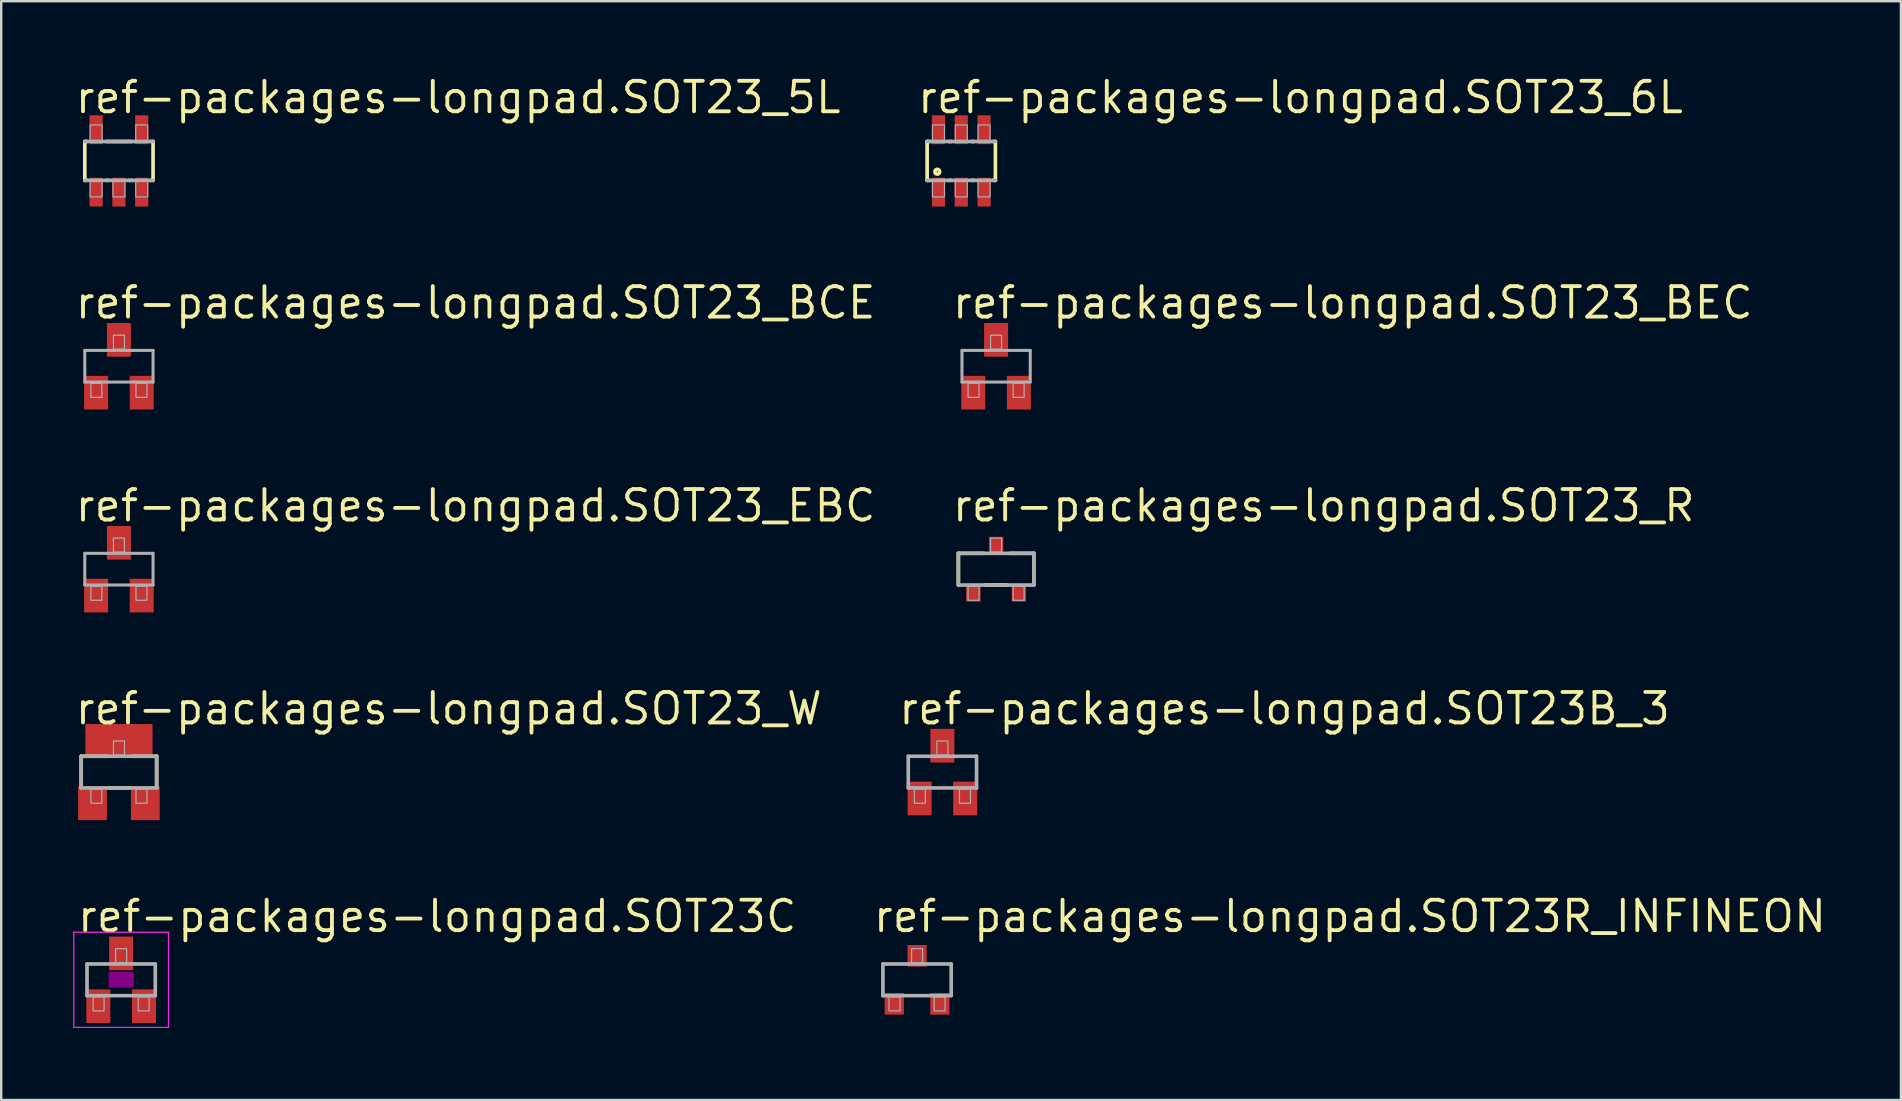
<source format=kicad_pcb>
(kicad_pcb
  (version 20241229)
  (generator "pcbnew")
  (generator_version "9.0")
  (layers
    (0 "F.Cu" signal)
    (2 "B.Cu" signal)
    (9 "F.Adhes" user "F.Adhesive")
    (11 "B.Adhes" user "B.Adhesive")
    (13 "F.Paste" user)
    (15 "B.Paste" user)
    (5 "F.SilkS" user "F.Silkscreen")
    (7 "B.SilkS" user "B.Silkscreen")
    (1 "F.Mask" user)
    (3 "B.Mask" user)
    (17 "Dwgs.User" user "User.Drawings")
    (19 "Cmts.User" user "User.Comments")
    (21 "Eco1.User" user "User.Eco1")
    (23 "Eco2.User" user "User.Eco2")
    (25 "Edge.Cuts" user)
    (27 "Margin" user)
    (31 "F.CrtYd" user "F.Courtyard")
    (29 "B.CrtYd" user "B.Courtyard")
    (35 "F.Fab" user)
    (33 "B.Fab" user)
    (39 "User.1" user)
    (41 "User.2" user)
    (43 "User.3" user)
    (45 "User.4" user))
  (footprint "ref-packages-longpad.SOT23_BCE"
    (layer "F.Cu")
    (at 1.905 12.21)
    (property "Reference" "ref-packages-longpad.SOT23_BCE" (at -1.905 -1.905 0) (layer "F.SilkS") (effects (font (size 1.27 1.27) (thickness 0.16)) (justify left bottom)))
    (attr smd)
    (fp_line (start -1.422 -0.66) (end 1.422 -0.66) (stroke (width 0.127) (type default)) (layer "F.Fab"))
    (fp_line (start -1.422 0.66) (end -1.422 -0.66) (stroke (width 0.127) (type default)) (layer "F.Fab"))
    (fp_line (start 1.422 -0.66) (end 1.422 0.66) (stroke (width 0.127) (type default)) (layer "F.Fab"))
    (fp_line (start 1.422 0.66) (end -1.422 0.66) (stroke (width 0.127) (type default)) (layer "F.Fab"))
    (fp_rect (start -1.168 1.295) (end -0.711 0.711) (stroke (width 0.05) (type default)) (fill no) (layer "F.Fab"))
    (fp_rect (start -0.229 -0.711) (end 0.229 -1.295) (stroke (width 0.05) (type default)) (fill no) (layer "F.Fab"))
    (fp_rect (start 0.711 1.295) (end 1.168 0.711) (stroke (width 0.05) (type default)) (fill no) (layer "F.Fab"))
    (pad "B" smd roundrect (at -0.95 1.1) (size 1 1.4) (layers "F.Cu" "F.Mask" "F.Paste") (roundrect_rratio 0.01))
    (pad "C" smd roundrect (at 0.95 1.1) (size 1 1.4) (layers "F.Cu" "F.Mask" "F.Paste") (roundrect_rratio 0.01))
    (pad "E" smd roundrect (at 0 -1.1) (size 1 1.4) (layers "F.Cu" "F.Mask" "F.Paste") (roundrect_rratio 0.01)))
  (footprint "ref-packages-longpad.SOT23_R"
    (layer "F.Cu")
    (at 38.453 20.665)
    (property "Reference" "ref-packages-longpad.SOT23_R" (at -1.905 -1.905 0) (layer "F.SilkS") (effects (font (size 1.27 1.27) (thickness 0.16)) (justify left bottom)))
    (attr smd)
    (fp_line (start -1.572 -0.66) (end -0.514 -0.66) (stroke (width 0.152) (type default)) (layer "F.SilkS"))
    (fp_line (start -1.572 0.652) (end -1.572 -0.66) (stroke (width 0.152) (type default)) (layer "F.SilkS"))
    (fp_line (start 0.422 0.66) (end -0.436 0.66) (stroke (width 0.152) (type default)) (layer "F.SilkS"))
    (fp_line (start 0.564 -0.66) (end 1.572 -0.66) (stroke (width 0.152) (type default)) (layer "F.SilkS"))
    (fp_line (start 1.572 -0.66) (end 1.572 0.652) (stroke (width 0.152) (type default)) (layer "F.SilkS"))
    (fp_line (start -1.572 -0.66) (end 1.572 -0.66) (stroke (width 0.152) (type default)) (layer "F.Fab"))
    (fp_line (start -1.572 0.66) (end -1.572 -0.66) (stroke (width 0.152) (type default)) (layer "F.Fab"))
    (fp_line (start 1.572 -0.66) (end 1.572 0.66) (stroke (width 0.152) (type default)) (layer "F.Fab"))
    (fp_line (start 1.572 0.66) (end -1.572 0.66) (stroke (width 0.152) (type default)) (layer "F.Fab"))
    (fp_rect (start -1.168 1.295) (end -0.711 0.711) (stroke (width 0.05) (type default)) (fill no) (layer "F.Fab"))
    (fp_rect (start -0.229 -0.711) (end 0.229 -1.295) (stroke (width 0.05) (type default)) (fill no) (layer "F.Fab"))
    (fp_rect (start 0.711 1.295) (end 1.168 0.711) (stroke (width 0.05) (type default)) (fill no) (layer "F.Fab"))
    (pad "1" smd roundrect (at -0.95 1) (size 0.6 0.7) (layers "F.Cu" "F.Mask" "F.Paste") (roundrect_rratio 0.01))
    (pad "2" smd roundrect (at 0.95 1) (size 0.6 0.7) (layers "F.Cu" "F.Mask" "F.Paste") (roundrect_rratio 0.01))
    (pad "3" smd roundrect (at 0 -1) (size 0.6 0.7) (layers "F.Cu" "F.Mask" "F.Paste") (roundrect_rratio 0.01)))
  (footprint "ref-packages-longpad.SOT23_6L"
    (layer "F.Cu")
    (at 37.002 3.655)
    (property "Reference" "ref-packages-longpad.SOT23_6L" (at -1.905 -1.905 0) (layer "F.SilkS") (effects (font (size 1.27 1.27) (thickness 0.16)) (justify left bottom)))
    (attr smd)
    (fp_line (start -1.422 -0.81) (end -1.328 -0.81) (stroke (width 0.152) (type default)) (layer "F.SilkS"))
    (fp_line (start -1.422 0.81) (end -1.422 -0.81) (stroke (width 0.152) (type default)) (layer "F.SilkS"))
    (fp_line (start -1.328 0.81) (end -1.422 0.81) (stroke (width 0.152) (type default)) (layer "F.SilkS"))
    (fp_line (start -0.522 -0.81) (end -0.428 -0.81) (stroke (width 0.152) (type default)) (layer "F.SilkS"))
    (fp_line (start -0.428 0.81) (end -0.522 0.81) (stroke (width 0.152) (type default)) (layer "F.SilkS"))
    (fp_line (start 0.428 -0.81) (end 0.522 -0.81) (stroke (width 0.152) (type default)) (layer "F.SilkS"))
    (fp_line (start 0.522 0.81) (end 0.428 0.81) (stroke (width 0.152) (type default)) (layer "F.SilkS"))
    (fp_line (start 1.328 -0.81) (end 1.422 -0.81) (stroke (width 0.152) (type default)) (layer "F.SilkS"))
    (fp_line (start 1.422 -0.81) (end 1.422 0.81) (stroke (width 0.152) (type default)) (layer "F.SilkS"))
    (fp_line (start 1.422 0.81) (end 1.328 0.81) (stroke (width 0.152) (type default)) (layer "F.SilkS"))
    (fp_circle (center -1 0.45) (end -0.9 0.45) (stroke (width 0.152) (type default)) (fill no) (layer "F.SilkS"))
    (fp_line (start -1.422 -0.81) (end 1.422 -0.81) (stroke (width 0.152) (type default)) (layer "F.Fab"))
    (fp_line (start 1.422 0.81) (end -1.422 0.81) (stroke (width 0.152) (type default)) (layer "F.Fab"))
    (fp_rect (start -1.2 -0.85) (end -0.7 -1.5) (stroke (width 0.05) (type default)) (fill no) (layer "F.Fab"))
    (fp_rect (start -1.2 1.5) (end -0.7 0.85) (stroke (width 0.05) (type default)) (fill no) (layer "F.Fab"))
    (fp_rect (start -0.25 -0.85) (end 0.25 -1.5) (stroke (width 0.05) (type default)) (fill no) (layer "F.Fab"))
    (fp_rect (start -0.25 1.5) (end 0.25 0.85) (stroke (width 0.05) (type default)) (fill no) (layer "F.Fab"))
    (fp_rect (start 0.7 -0.85) (end 1.2 -1.5) (stroke (width 0.05) (type default)) (fill no) (layer "F.Fab"))
    (fp_rect (start 0.7 1.5) (end 1.2 0.85) (stroke (width 0.05) (type default)) (fill no) (layer "F.Fab"))
    (pad "1" smd roundrect (at -0.95 1.3) (size 0.55 1.2) (layers "F.Cu" "F.Mask" "F.Paste") (roundrect_rratio 0.01))
    (pad "2" smd roundrect (at 0 1.3) (size 0.55 1.2) (layers "F.Cu" "F.Mask" "F.Paste") (roundrect_rratio 0.01))
    (pad "3" smd roundrect (at 0.95 1.3) (size 0.55 1.2) (layers "F.Cu" "F.Mask" "F.Paste") (roundrect_rratio 0.01))
    (pad "4" smd roundrect (at 0.95 -1.3) (size 0.55 1.2) (layers "F.Cu" "F.Mask" "F.Paste") (roundrect_rratio 0.01))
    (pad "5" smd roundrect (at 0 -1.3) (size 0.55 1.2) (layers "F.Cu" "F.Mask" "F.Paste") (roundrect_rratio 0.01))
    (pad "6" smd roundrect (at -0.95 -1.3) (size 0.55 1.2) (layers "F.Cu" "F.Mask" "F.Paste") (roundrect_rratio 0.01)))
  (footprint "ref-packages-longpad.SOT23_EBC"
    (layer "F.Cu")
    (at 1.905 20.665)
    (property "Reference" "ref-packages-longpad.SOT23_EBC" (at -1.905 -1.905 0) (layer "F.SilkS") (effects (font (size 1.27 1.27) (thickness 0.16)) (justify left bottom)))
    (attr smd)
    (fp_line (start -1.422 -0.66) (end 1.422 -0.66) (stroke (width 0.127) (type default)) (layer "F.Fab"))
    (fp_line (start -1.422 0.66) (end -1.422 -0.66) (stroke (width 0.127) (type default)) (layer "F.Fab"))
    (fp_line (start 1.422 -0.66) (end 1.422 0.66) (stroke (width 0.127) (type default)) (layer "F.Fab"))
    (fp_line (start 1.422 0.66) (end -1.422 0.66) (stroke (width 0.127) (type default)) (layer "F.Fab"))
    (fp_rect (start -1.168 1.295) (end -0.711 0.711) (stroke (width 0.05) (type default)) (fill no) (layer "F.Fab"))
    (fp_rect (start -0.229 -0.711) (end 0.229 -1.295) (stroke (width 0.05) (type default)) (fill no) (layer "F.Fab"))
    (fp_rect (start 0.711 1.295) (end 1.168 0.711) (stroke (width 0.05) (type default)) (fill no) (layer "F.Fab"))
    (pad "B" smd roundrect (at 0.95 1.1) (size 1 1.4) (layers "F.Cu" "F.Mask" "F.Paste") (roundrect_rratio 0.01))
    (pad "C" smd roundrect (at 0 -1.1) (size 1 1.4) (layers "F.Cu" "F.Mask" "F.Paste") (roundrect_rratio 0.01))
    (pad "E" smd roundrect (at -0.95 1.1) (size 1 1.4) (layers "F.Cu" "F.Mask" "F.Paste") (roundrect_rratio 0.01)))
  (footprint "ref-packages-longpad.SOT23_W"
    (layer "F.Cu")
    (at 1.905 29.12)
    (property "Reference" "ref-packages-longpad.SOT23_W" (at -1.905 -1.905 0) (layer "F.SilkS") (effects (font (size 1.27 1.27) (thickness 0.16)) (justify left bottom)))
    (attr smd)
    (fp_line (start -1.572 -0.66) (end -0.514 -0.66) (stroke (width 0.152) (type default)) (layer "F.SilkS"))
    (fp_line (start -1.572 0.652) (end -1.572 -0.66) (stroke (width 0.152) (type default)) (layer "F.SilkS"))
    (fp_line (start 0.422 0.66) (end -0.436 0.66) (stroke (width 0.152) (type default)) (layer "F.SilkS"))
    (fp_line (start 0.564 -0.66) (end 1.572 -0.66) (stroke (width 0.152) (type default)) (layer "F.SilkS"))
    (fp_line (start 1.572 -0.66) (end 1.572 0.652) (stroke (width 0.152) (type default)) (layer "F.SilkS"))
    (fp_line (start -1.572 -0.66) (end 1.572 -0.66) (stroke (width 0.152) (type default)) (layer "F.Fab"))
    (fp_line (start -1.572 0.66) (end -1.572 -0.66) (stroke (width 0.152) (type default)) (layer "F.Fab"))
    (fp_line (start 1.572 -0.66) (end 1.572 0.66) (stroke (width 0.152) (type default)) (layer "F.Fab"))
    (fp_line (start 1.572 0.66) (end -1.572 0.66) (stroke (width 0.152) (type default)) (layer "F.Fab"))
    (fp_rect (start -1.168 1.295) (end -0.711 0.711) (stroke (width 0.05) (type default)) (fill no) (layer "F.Fab"))
    (fp_rect (start -0.229 -0.711) (end 0.229 -1.295) (stroke (width 0.05) (type default)) (fill no) (layer "F.Fab"))
    (fp_rect (start 0.711 1.295) (end 1.168 0.711) (stroke (width 0.05) (type default)) (fill no) (layer "F.Fab"))
    (pad "1" smd roundrect (at -1.1 1.3) (size 1.2 1.4) (layers "F.Cu" "F.Mask" "F.Paste") (roundrect_rratio 0.01))
    (pad "2" smd roundrect (at 1.1 1.3) (size 1.2 1.4) (layers "F.Cu" "F.Mask" "F.Paste") (roundrect_rratio 0.01))
    (pad "3" smd roundrect (at 0 -1.3) (size 2.8 1.4) (layers "F.Cu" "F.Mask" "F.Paste") (roundrect_rratio 0.01)))
  (footprint "ref-packages-longpad.SOT23B_3"
    (layer "F.Cu")
    (at 36.216 29.12)
    (property "Reference" "ref-packages-longpad.SOT23B_3" (at -1.905 -1.905 0) (layer "F.SilkS") (effects (font (size 1.27 1.27) (thickness 0.16)) (justify left bottom)))
    (attr smd)
    (fp_line (start -1.422 -0.66) (end 1.422 -0.66) (stroke (width 0.152) (type default)) (layer "F.Fab"))
    (fp_line (start -1.422 0.66) (end -1.422 -0.66) (stroke (width 0.152) (type default)) (layer "F.Fab"))
    (fp_line (start 1.422 -0.66) (end 1.422 0.66) (stroke (width 0.152) (type default)) (layer "F.Fab"))
    (fp_line (start 1.422 0.66) (end -1.422 0.66) (stroke (width 0.152) (type default)) (layer "F.Fab"))
    (fp_rect (start -1.168 1.295) (end -0.711 0.711) (stroke (width 0.05) (type default)) (fill no) (layer "F.Fab"))
    (fp_rect (start -0.229 -0.711) (end 0.229 -1.295) (stroke (width 0.05) (type default)) (fill no) (layer "F.Fab"))
    (fp_rect (start 0.711 1.295) (end 1.168 0.711) (stroke (width 0.05) (type default)) (fill no) (layer "F.Fab"))
    (pad "1" smd roundrect (at -0.95 1.1) (size 1 1.4) (layers "F.Cu" "F.Mask" "F.Paste") (roundrect_rratio 0.01))
    (pad "2" smd roundrect (at 0.95 1.1) (size 1 1.4) (layers "F.Cu" "F.Mask" "F.Paste") (roundrect_rratio 0.01))
    (pad "3" smd roundrect (at 0 -1.1) (size 1 1.4) (layers "F.Cu" "F.Mask" "F.Paste") (roundrect_rratio 0.01)))
  (footprint "ref-packages-longpad.SOT23_5L"
    (layer "F.Cu")
    (at 1.905 3.655)
    (property "Reference" "ref-packages-longpad.SOT23_5L" (at -1.905 -1.905 0) (layer "F.SilkS") (effects (font (size 1.27 1.27) (thickness 0.16)) (justify left bottom)))
    (attr smd)
    (fp_line (start -1.422 -0.81) (end -1.328 -0.81) (stroke (width 0.152) (type default)) (layer "F.SilkS"))
    (fp_line (start -1.422 0.81) (end -1.422 -0.81) (stroke (width 0.152) (type default)) (layer "F.SilkS"))
    (fp_line (start -1.328 0.81) (end -1.422 0.81) (stroke (width 0.152) (type default)) (layer "F.SilkS"))
    (fp_line (start -0.522 -0.81) (end 0.522 -0.81) (stroke (width 0.152) (type default)) (layer "F.SilkS"))
    (fp_line (start -0.428 0.81) (end -0.522 0.81) (stroke (width 0.152) (type default)) (layer "F.SilkS"))
    (fp_line (start 0.522 0.81) (end 0.428 0.81) (stroke (width 0.152) (type default)) (layer "F.SilkS"))
    (fp_line (start 1.328 -0.81) (end 1.422 -0.81) (stroke (width 0.152) (type default)) (layer "F.SilkS"))
    (fp_line (start 1.422 -0.81) (end 1.422 0.81) (stroke (width 0.152) (type default)) (layer "F.SilkS"))
    (fp_line (start 1.422 0.81) (end 1.328 0.81) (stroke (width 0.152) (type default)) (layer "F.SilkS"))
    (fp_line (start -1.422 -0.81) (end 1.422 -0.81) (stroke (width 0.152) (type default)) (layer "F.Fab"))
    (fp_line (start 1.422 0.81) (end -1.422 0.81) (stroke (width 0.152) (type default)) (layer "F.Fab"))
    (fp_rect (start -1.2 -0.85) (end -0.7 -1.5) (stroke (width 0.05) (type default)) (fill no) (layer "F.Fab"))
    (fp_rect (start -1.2 1.5) (end -0.7 0.85) (stroke (width 0.05) (type default)) (fill no) (layer "F.Fab"))
    (fp_rect (start -0.25 1.5) (end 0.25 0.85) (stroke (width 0.05) (type default)) (fill no) (layer "F.Fab"))
    (fp_rect (start 0.7 -0.85) (end 1.2 -1.5) (stroke (width 0.05) (type default)) (fill no) (layer "F.Fab"))
    (fp_rect (start 0.7 1.5) (end 1.2 0.85) (stroke (width 0.05) (type default)) (fill no) (layer "F.Fab"))
    (pad "1" smd roundrect (at -0.95 1.3) (size 0.55 1.2) (layers "F.Cu" "F.Mask" "F.Paste") (roundrect_rratio 0.01))
    (pad "2" smd roundrect (at 0 1.3) (size 0.55 1.2) (layers "F.Cu" "F.Mask" "F.Paste") (roundrect_rratio 0.01))
    (pad "3" smd roundrect (at 0.95 1.3) (size 0.55 1.2) (layers "F.Cu" "F.Mask" "F.Paste") (roundrect_rratio 0.01))
    (pad "4" smd roundrect (at 0.95 -1.3) (size 0.55 1.2) (layers "F.Cu" "F.Mask" "F.Paste") (roundrect_rratio 0.01))
    (pad "5" smd roundrect (at -0.95 -1.3) (size 0.55 1.2) (layers "F.Cu" "F.Mask" "F.Paste") (roundrect_rratio 0.01)))
  (footprint "ref-packages-longpad.SOT23R_INFINEON"
    (layer "F.Cu")
    (at 35.16 37.775)
    (property "Reference" "ref-packages-longpad.SOT23R_INFINEON" (at -1.905 -1.905 0) (layer "F.SilkS") (effects (font (size 1.27 1.27) (thickness 0.16)) (justify left bottom)))
    (attr smd)
    (fp_line (start -1.422 -0.66) (end 1.422 -0.66) (stroke (width 0.152) (type default)) (layer "F.Fab"))
    (fp_line (start -1.422 0.66) (end -1.422 -0.66) (stroke (width 0.152) (type default)) (layer "F.Fab"))
    (fp_line (start 1.422 -0.66) (end 1.422 0.66) (stroke (width 0.152) (type default)) (layer "F.Fab"))
    (fp_line (start 1.422 0.66) (end -1.422 0.66) (stroke (width 0.152) (type default)) (layer "F.Fab"))
    (fp_rect (start -1.168 1.295) (end -0.711 0.711) (stroke (width 0.05) (type default)) (fill no) (layer "F.Fab"))
    (fp_rect (start -0.229 -0.711) (end 0.229 -1.295) (stroke (width 0.05) (type default)) (fill no) (layer "F.Fab"))
    (fp_rect (start 0.711 1.295) (end 1.168 0.711) (stroke (width 0.05) (type default)) (fill no) (layer "F.Fab"))
    (pad "1" smd roundrect (at -0.95 1) (size 0.8 0.9) (layers "F.Cu" "F.Mask" "F.Paste") (roundrect_rratio 0.01))
    (pad "2" smd roundrect (at 0.95 1) (size 0.8 0.9) (layers "F.Cu" "F.Mask" "F.Paste") (roundrect_rratio 0.01))
    (pad "3" smd roundrect (at 0 -1) (size 0.8 0.9) (layers "F.Cu" "F.Mask" "F.Paste") (roundrect_rratio 0.01)))
  (footprint "ref-packages-longpad.SOT23C"
    (layer "F.Cu")
    (at 1.998 37.775)
    (property "Reference" "ref-packages-longpad.SOT23C" (at -1.905 -1.905 0) (layer "F.SilkS") (effects (font (size 1.27 1.27) (thickness 0.16)) (justify left bottom)))
    (attr smd)
    (fp_rect (start -0.5 0.3) (end 0.5 -0.3) (stroke (width 0.05) (type default)) (fill yes) (layer "F.Adhes"))
    (fp_line (start -1.973 -1.983) (end 1.973 -1.983) (stroke (width 0.051) (type default)) (layer "F.CrtYd"))
    (fp_line (start -1.973 1.983) (end -1.973 -1.983) (stroke (width 0.051) (type default)) (layer "F.CrtYd"))
    (fp_line (start 1.973 -1.983) (end 1.973 1.983) (stroke (width 0.051) (type default)) (layer "F.CrtYd"))
    (fp_line (start 1.973 1.983) (end -1.973 1.983) (stroke (width 0.051) (type default)) (layer "F.CrtYd"))
    (fp_line (start -1.422 -0.66) (end 1.422 -0.66) (stroke (width 0.152) (type default)) (layer "F.Fab"))
    (fp_line (start -1.422 0.66) (end -1.422 -0.66) (stroke (width 0.152) (type default)) (layer "F.Fab"))
    (fp_line (start 1.422 -0.66) (end 1.422 0.66) (stroke (width 0.152) (type default)) (layer "F.Fab"))
    (fp_line (start 1.422 0.66) (end -1.422 0.66) (stroke (width 0.152) (type default)) (layer "F.Fab"))
    (fp_rect (start -1.168 1.295) (end -0.711 0.711) (stroke (width 0.05) (type default)) (fill no) (layer "F.Fab"))
    (fp_rect (start -0.229 -0.711) (end 0.229 -1.295) (stroke (width 0.05) (type default)) (fill no) (layer "F.Fab"))
    (fp_rect (start 0.711 1.295) (end 1.168 0.711) (stroke (width 0.05) (type default)) (fill no) (layer "F.Fab"))
    (pad "1" smd roundrect (at -0.95 1.1) (size 1 1.4) (layers "F.Cu" "F.Mask" "F.Paste") (roundrect_rratio 0.01))
    (pad "2" smd roundrect (at 0.95 1.1) (size 1 1.4) (layers "F.Cu" "F.Mask" "F.Paste") (roundrect_rratio 0.01))
    (pad "3" smd roundrect (at 0 -1.1) (size 1 1.4) (layers "F.Cu" "F.Mask" "F.Paste") (roundrect_rratio 0.01)))
  (footprint "ref-packages-longpad.SOT23_BEC"
    (layer "F.Cu")
    (at 38.453 12.21)
    (property "Reference" "ref-packages-longpad.SOT23_BEC" (at -1.905 -1.905 0) (layer "F.SilkS") (effects (font (size 1.27 1.27) (thickness 0.16)) (justify left bottom)))
    (attr smd)
    (fp_line (start -1.422 -0.66) (end 1.422 -0.66) (stroke (width 0.127) (type default)) (layer "F.Fab"))
    (fp_line (start -1.422 0.66) (end -1.422 -0.66) (stroke (width 0.127) (type default)) (layer "F.Fab"))
    (fp_line (start 1.422 -0.66) (end 1.422 0.66) (stroke (width 0.127) (type default)) (layer "F.Fab"))
    (fp_line (start 1.422 0.66) (end -1.422 0.66) (stroke (width 0.127) (type default)) (layer "F.Fab"))
    (fp_rect (start -1.168 1.295) (end -0.711 0.711) (stroke (width 0.05) (type default)) (fill no) (layer "F.Fab"))
    (fp_rect (start -0.229 -0.711) (end 0.229 -1.295) (stroke (width 0.05) (type default)) (fill no) (layer "F.Fab"))
    (fp_rect (start 0.711 1.295) (end 1.168 0.711) (stroke (width 0.05) (type default)) (fill no) (layer "F.Fab"))
    (pad "B" smd roundrect (at -0.95 1.1) (size 1 1.4) (layers "F.Cu" "F.Mask" "F.Paste") (roundrect_rratio 0.01))
    (pad "C" smd roundrect (at 0 -1.1) (size 1 1.4) (layers "F.Cu" "F.Mask" "F.Paste") (roundrect_rratio 0.01))
    (pad "E" smd roundrect (at 0.95 1.1) (size 1 1.4) (layers "F.Cu" "F.Mask" "F.Paste") (roundrect_rratio 0.01)))
  (gr_rect
    (start -3 -3)
    (end 76.153 42.783)
    (stroke (width 0.1) (type default))
    (fill no)
    (layer "Edge.Cuts")))
</source>
